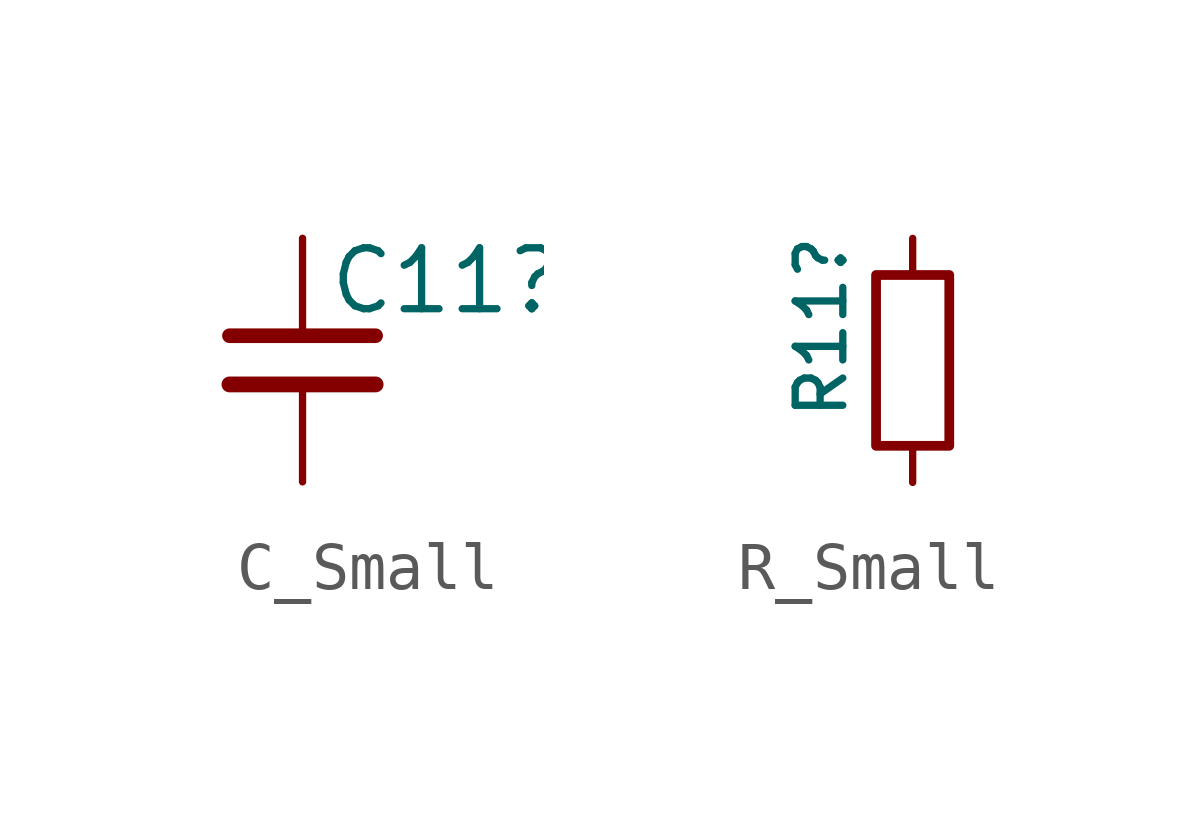
<source format=kicad_sym>
(kicad_symbol_lib
  (version 20211014)
  (generator kicad_symbol_editor)
  (symbol "C_Small"
    (pin_numbers hide)
    (pin_names
      (offset 0.254) hide)
    (property "Reference" "C11"
      (at 0.508 1.651 0)
      (effects (font (size 1.27 1.27)) (justify left)))
    (symbol "C_Small_0_1"
      (polyline (pts (xy -1.524 -0.508) (xy 1.524 -0.508)) (stroke (width 0.33) (type default) (color 0 0 0 0)) (fill (type none)))
      (polyline (pts (xy -1.524 0.508) (xy 1.524 0.508)) (stroke (width 0.305) (type default) (color 0 0 0 0)) (fill (type none))))
    (symbol "C_Small_1_1"
      (pin passive line (at 0 2.54 270) (length 2.032) (name "~" (effects (font (size 1.27 1.27)))) (number "1" (effects (font (size 1.27 1.27)))))
      (pin passive line (at 0 -2.54 90) (length 2.032) (name "~" (effects (font (size 1.27 1.27)))) (number "2" (effects (font (size 1.27 1.27)))))))
  (symbol "R_Small"
    (pin_numbers hide)
    (pin_names
      (offset 0.254) hide)
    (property "Reference" "R11"
      (at -1.905 -1.27 90)
      (effects (font (size 0.991 0.991)) (justify left)))
    (symbol "R_Small_0_1"
      (rectangle (start -0.762 1.778) (end 0.762 -1.778) (stroke (width 0.203) (type default) (color 0 0 0 0)) (fill (type none))))
    (symbol "R_Small_1_1"
      (pin passive line (at 0 2.54 270) (length 0.762) (name "~" (effects (font (size 1.27 1.27)))) (number "1" (effects (font (size 1.27 1.27)))))
      (pin passive line (at 0 -2.54 90) (length 0.762) (name "~" (effects (font (size 1.27 1.27)))) (number "2" (effects (font (size 1.27 1.27))))))))
</source>
